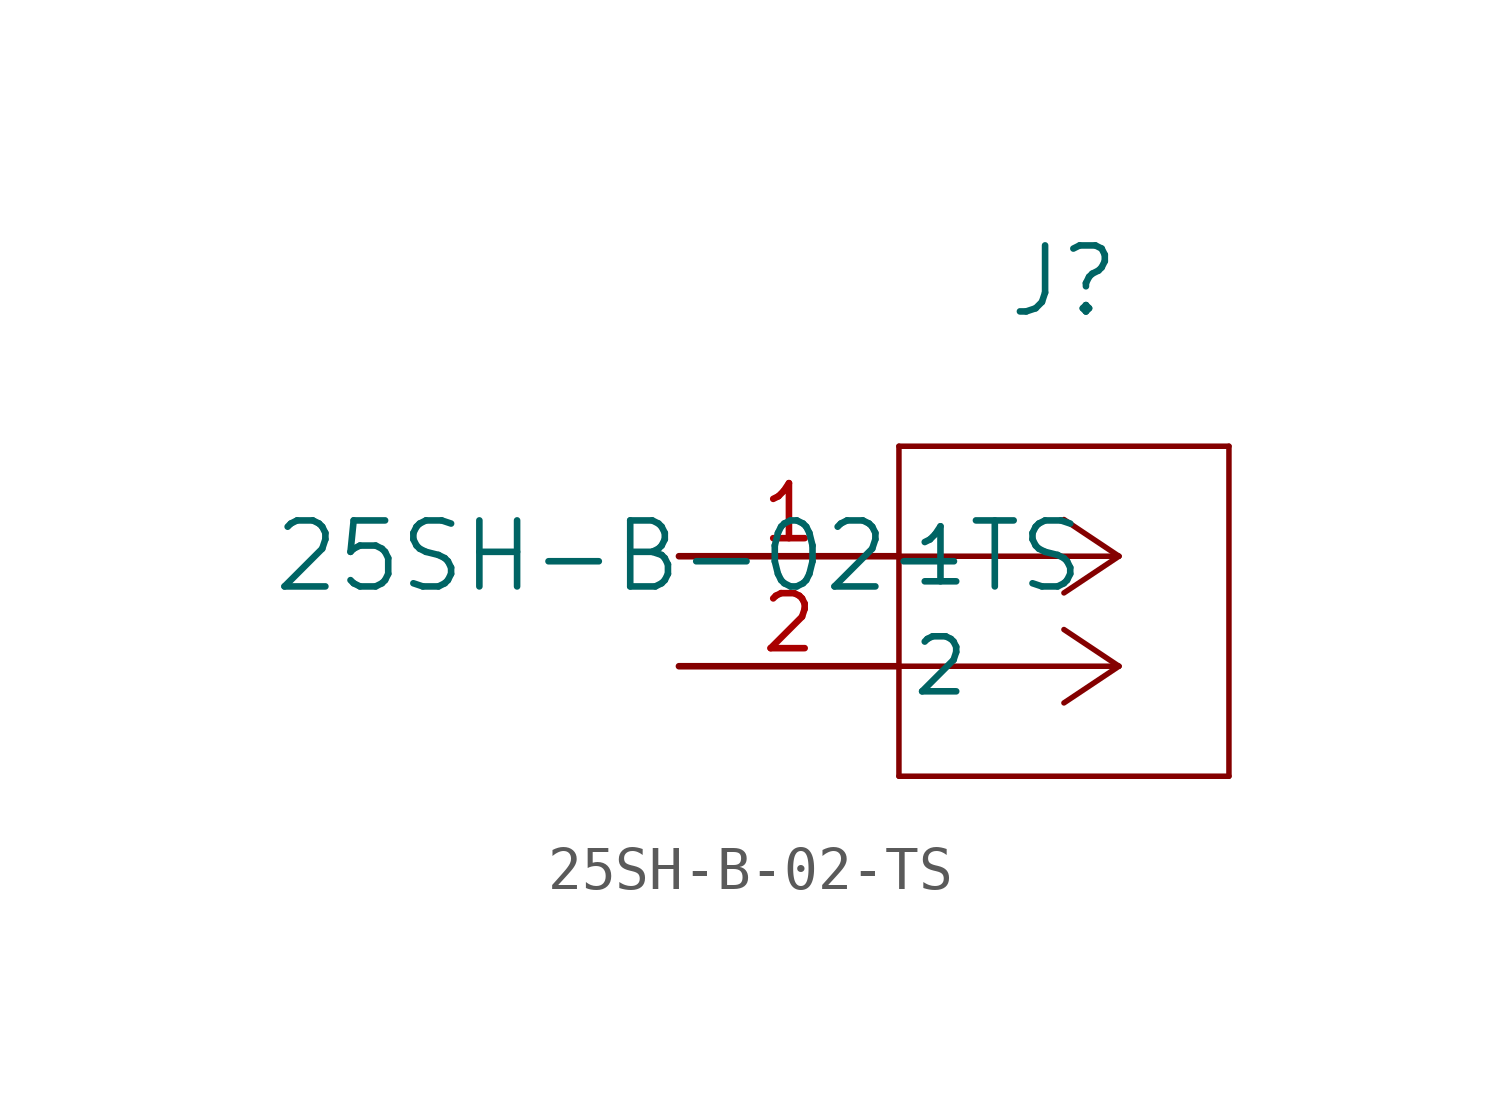
<source format=kicad_sym>
(kicad_symbol_lib
  (version 20211014)
  (generator kicad_symbol_editor)
  (symbol "25SH-B-02-TS"
    (pin_names
      (offset 0.254))
    (property "Reference" "J"
      (at 8.89 6.35 0)
      (effects (font (size 1.524 1.524))))
    (property "Value" "25SH-B-02-TS"
      (at 0 0 0)
      (effects (font (size 1.524 1.524))))
    (symbol "25SH-B-02-TS_0_1"
      (polyline (pts (xy 10.16 0) (xy 5.08 0)) (stroke (width 0.127) (type default) (color 0 0 0 0)) (fill (type none)))
      (polyline (pts (xy 10.16 -2.54) (xy 5.08 -2.54)) (stroke (width 0.127) (type default) (color 0 0 0 0)) (fill (type none)))
      (polyline (pts (xy 10.16 0) (xy 8.89 0.847)) (stroke (width 0.127) (type default) (color 0 0 0 0)) (fill (type none)))
      (polyline (pts (xy 10.16 -2.54) (xy 8.89 -1.693)) (stroke (width 0.127) (type default) (color 0 0 0 0)) (fill (type none)))
      (polyline (pts (xy 10.16 0) (xy 8.89 -0.847)) (stroke (width 0.127) (type default) (color 0 0 0 0)) (fill (type none)))
      (polyline (pts (xy 10.16 -2.54) (xy 8.89 -3.387)) (stroke (width 0.127) (type default) (color 0 0 0 0)) (fill (type none)))
      (polyline (pts (xy 5.08 2.54) (xy 5.08 -5.08)) (stroke (width 0.127) (type default) (color 0 0 0 0)) (fill (type none)))
      (polyline (pts (xy 5.08 -5.08) (xy 12.7 -5.08)) (stroke (width 0.127) (type default) (color 0 0 0 0)) (fill (type none)))
      (polyline (pts (xy 12.7 -5.08) (xy 12.7 2.54)) (stroke (width 0.127) (type default) (color 0 0 0 0)) (fill (type none)))
      (polyline (pts (xy 12.7 2.54) (xy 5.08 2.54)) (stroke (width 0.127) (type default) (color 0 0 0 0)) (fill (type none)))
      (pin unspecified line (at 0 0 0) (length 5.08) (name "1" (effects (font (size 1.27 1.27)))) (number "1" (effects (font (size 1.27 1.27)))))
      (pin unspecified line (at 0 -2.54 0) (length 5.08) (name "2" (effects (font (size 1.27 1.27)))) (number "2" (effects (font (size 1.27 1.27))))))))
</source>
